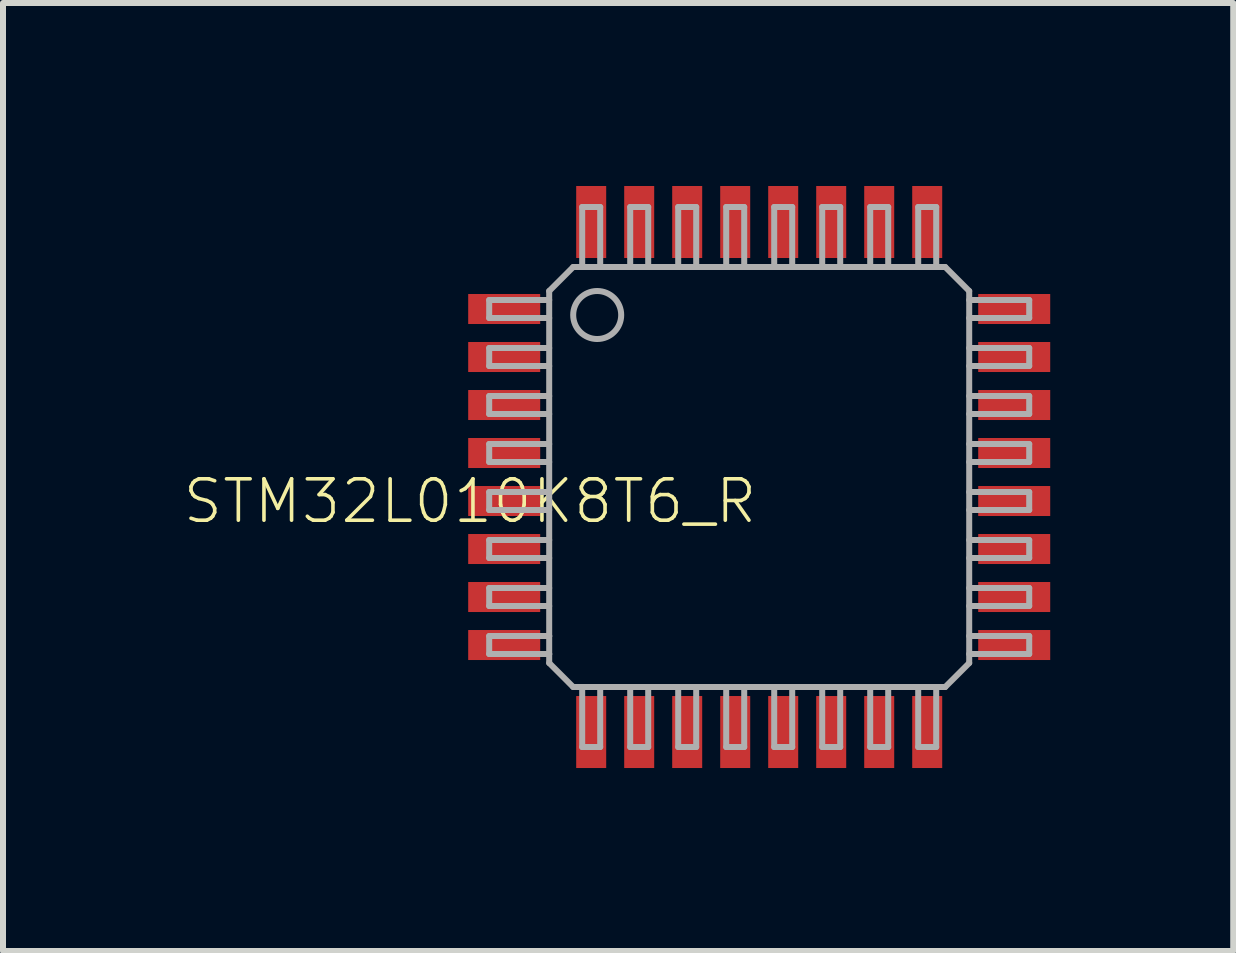
<source format=kicad_pcb>
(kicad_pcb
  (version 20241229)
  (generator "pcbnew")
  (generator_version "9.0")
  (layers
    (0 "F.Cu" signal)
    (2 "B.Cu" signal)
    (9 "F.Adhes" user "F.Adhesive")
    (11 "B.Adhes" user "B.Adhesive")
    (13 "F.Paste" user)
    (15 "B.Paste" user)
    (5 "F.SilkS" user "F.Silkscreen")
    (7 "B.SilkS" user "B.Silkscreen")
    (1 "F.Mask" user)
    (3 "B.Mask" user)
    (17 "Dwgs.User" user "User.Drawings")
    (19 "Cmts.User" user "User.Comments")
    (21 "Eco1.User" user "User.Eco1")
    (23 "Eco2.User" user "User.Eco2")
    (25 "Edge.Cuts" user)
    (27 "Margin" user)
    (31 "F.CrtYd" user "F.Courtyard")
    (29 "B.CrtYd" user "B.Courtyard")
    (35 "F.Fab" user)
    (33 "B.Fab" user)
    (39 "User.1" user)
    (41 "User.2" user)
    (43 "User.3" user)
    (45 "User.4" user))
  (footprint "STM32L010K8T6_R"
    (layer "F.Cu")
    (at 9.603 4.9)
    (property "Reference" "STM32L010K8T6_R" (at 0 0 0) (unlocked yes) (layer "F.SilkS") (effects (font (size 0.69 0.69) (thickness 0.06)) (justify right top)))
    (fp_poly (pts (xy -4.9 -2.5) (xy -3.6 -2.5) (xy -3.6 -3.1) (xy -4.9 -3.1)) (stroke (width 0) (type default)) (fill yes) (layer "F.Mask"))
    (fp_poly (pts (xy -4.9 -1.7) (xy -3.6 -1.7) (xy -3.6 -2.3) (xy -4.9 -2.3)) (stroke (width 0) (type default)) (fill yes) (layer "F.Mask"))
    (fp_poly (pts (xy -4.9 -0.9) (xy -3.6 -0.9) (xy -3.6 -1.5) (xy -4.9 -1.5)) (stroke (width 0) (type default)) (fill yes) (layer "F.Mask"))
    (fp_poly (pts (xy -4.9 -0.1) (xy -3.6 -0.1) (xy -3.6 -0.7) (xy -4.9 -0.7)) (stroke (width 0) (type default)) (fill yes) (layer "F.Mask"))
    (fp_poly (pts (xy -4.9 0.7) (xy -3.6 0.7) (xy -3.6 0.1) (xy -4.9 0.1)) (stroke (width 0) (type default)) (fill yes) (layer "F.Mask"))
    (fp_poly (pts (xy -4.9 1.5) (xy -3.6 1.5) (xy -3.6 0.9) (xy -4.9 0.9)) (stroke (width 0) (type default)) (fill yes) (layer "F.Mask"))
    (fp_poly (pts (xy -4.9 2.3) (xy -3.6 2.3) (xy -3.6 1.7) (xy -4.9 1.7)) (stroke (width 0) (type default)) (fill yes) (layer "F.Mask"))
    (fp_poly (pts (xy -4.9 3.1) (xy -3.6 3.1) (xy -3.6 2.5) (xy -4.9 2.5)) (stroke (width 0) (type default)) (fill yes) (layer "F.Mask"))
    (fp_poly (pts (xy -3.1 -4.9) (xy -3.1 -3.6) (xy -2.5 -3.6) (xy -2.5 -4.9)) (stroke (width 0) (type default)) (fill yes) (layer "F.Mask"))
    (fp_poly (pts (xy -2.5 4.9) (xy -2.5 3.6) (xy -3.1 3.6) (xy -3.1 4.9)) (stroke (width 0) (type default)) (fill yes) (layer "F.Mask"))
    (fp_poly (pts (xy -2.3 -4.9) (xy -2.3 -3.6) (xy -1.7 -3.6) (xy -1.7 -4.9)) (stroke (width 0) (type default)) (fill yes) (layer "F.Mask"))
    (fp_poly (pts (xy -1.7 4.9) (xy -1.7 3.6) (xy -2.3 3.6) (xy -2.3 4.9)) (stroke (width 0) (type default)) (fill yes) (layer "F.Mask"))
    (fp_poly (pts (xy -1.5 -4.9) (xy -1.5 -3.6) (xy -0.9 -3.6) (xy -0.9 -4.9)) (stroke (width 0) (type default)) (fill yes) (layer "F.Mask"))
    (fp_poly (pts (xy -0.9 4.9) (xy -0.9 3.6) (xy -1.5 3.6) (xy -1.5 4.9)) (stroke (width 0) (type default)) (fill yes) (layer "F.Mask"))
    (fp_poly (pts (xy -0.7 -4.9) (xy -0.7 -3.6) (xy -0.1 -3.6) (xy -0.1 -4.9)) (stroke (width 0) (type default)) (fill yes) (layer "F.Mask"))
    (fp_poly (pts (xy -0.1 4.9) (xy -0.1 3.6) (xy -0.7 3.6) (xy -0.7 4.9)) (stroke (width 0) (type default)) (fill yes) (layer "F.Mask"))
    (fp_poly (pts (xy 0.1 -4.9) (xy 0.1 -3.6) (xy 0.7 -3.6) (xy 0.7 -4.9)) (stroke (width 0) (type default)) (fill yes) (layer "F.Mask"))
    (fp_poly (pts (xy 0.7 4.9) (xy 0.7 3.6) (xy 0.1 3.6) (xy 0.1 4.9)) (stroke (width 0) (type default)) (fill yes) (layer "F.Mask"))
    (fp_poly (pts (xy 0.9 -4.9) (xy 0.9 -3.6) (xy 1.5 -3.6) (xy 1.5 -4.9)) (stroke (width 0) (type default)) (fill yes) (layer "F.Mask"))
    (fp_poly (pts (xy 1.5 4.9) (xy 1.5 3.6) (xy 0.9 3.6) (xy 0.9 4.9)) (stroke (width 0) (type default)) (fill yes) (layer "F.Mask"))
    (fp_poly (pts (xy 1.7 -4.9) (xy 1.7 -3.6) (xy 2.3 -3.6) (xy 2.3 -4.9)) (stroke (width 0) (type default)) (fill yes) (layer "F.Mask"))
    (fp_poly (pts (xy 2.3 4.9) (xy 2.3 3.6) (xy 1.7 3.6) (xy 1.7 4.9)) (stroke (width 0) (type default)) (fill yes) (layer "F.Mask"))
    (fp_poly (pts (xy 2.5 -4.9) (xy 2.5 -3.6) (xy 3.1 -3.6) (xy 3.1 -4.9)) (stroke (width 0) (type default)) (fill yes) (layer "F.Mask"))
    (fp_poly (pts (xy 3.1 4.9) (xy 3.1 3.6) (xy 2.5 3.6) (xy 2.5 4.9)) (stroke (width 0) (type default)) (fill yes) (layer "F.Mask"))
    (fp_poly (pts (xy 4.9 -3.1) (xy 3.6 -3.1) (xy 3.6 -2.5) (xy 4.9 -2.5)) (stroke (width 0) (type default)) (fill yes) (layer "F.Mask"))
    (fp_poly (pts (xy 4.9 -2.3) (xy 3.6 -2.3) (xy 3.6 -1.7) (xy 4.9 -1.7)) (stroke (width 0) (type default)) (fill yes) (layer "F.Mask"))
    (fp_poly (pts (xy 4.9 -1.5) (xy 3.6 -1.5) (xy 3.6 -0.9) (xy 4.9 -0.9)) (stroke (width 0) (type default)) (fill yes) (layer "F.Mask"))
    (fp_poly (pts (xy 4.9 -0.7) (xy 3.6 -0.7) (xy 3.6 -0.1) (xy 4.9 -0.1)) (stroke (width 0) (type default)) (fill yes) (layer "F.Mask"))
    (fp_poly (pts (xy 4.9 0.1) (xy 3.6 0.1) (xy 3.6 0.7) (xy 4.9 0.7)) (stroke (width 0) (type default)) (fill yes) (layer "F.Mask"))
    (fp_poly (pts (xy 4.9 0.9) (xy 3.6 0.9) (xy 3.6 1.5) (xy 4.9 1.5)) (stroke (width 0) (type default)) (fill yes) (layer "F.Mask"))
    (fp_poly (pts (xy 4.9 1.7) (xy 3.6 1.7) (xy 3.6 2.3) (xy 4.9 2.3)) (stroke (width 0) (type default)) (fill yes) (layer "F.Mask"))
    (fp_poly (pts (xy 4.9 2.5) (xy 3.6 2.5) (xy 3.6 3.1) (xy 4.9 3.1)) (stroke (width 0) (type default)) (fill yes) (layer "F.Mask"))
    (fp_poly (pts (xy -3.65 -2.55) (xy -4.85 -2.55) (xy -4.85 -3.05) (xy -3.65 -3.05)) (stroke (width 0) (type default)) (fill yes) (layer "F.Paste"))
    (fp_poly (pts (xy -3.65 -1.75) (xy -4.85 -1.75) (xy -4.85 -2.25) (xy -3.65 -2.25)) (stroke (width 0) (type default)) (fill yes) (layer "F.Paste"))
    (fp_poly (pts (xy -3.65 -0.95) (xy -4.85 -0.95) (xy -4.85 -1.45) (xy -3.65 -1.45)) (stroke (width 0) (type default)) (fill yes) (layer "F.Paste"))
    (fp_poly (pts (xy -3.65 -0.15) (xy -4.85 -0.15) (xy -4.85 -0.65) (xy -3.65 -0.65)) (stroke (width 0) (type default)) (fill yes) (layer "F.Paste"))
    (fp_poly (pts (xy -3.65 0.65) (xy -4.85 0.65) (xy -4.85 0.15) (xy -3.65 0.15)) (stroke (width 0) (type default)) (fill yes) (layer "F.Paste"))
    (fp_poly (pts (xy -3.65 1.45) (xy -4.85 1.45) (xy -4.85 0.95) (xy -3.65 0.95)) (stroke (width 0) (type default)) (fill yes) (layer "F.Paste"))
    (fp_poly (pts (xy -3.65 2.25) (xy -4.85 2.25) (xy -4.85 1.75) (xy -3.65 1.75)) (stroke (width 0) (type default)) (fill yes) (layer "F.Paste"))
    (fp_poly (pts (xy -3.65 3.05) (xy -4.85 3.05) (xy -4.85 2.55) (xy -3.65 2.55)) (stroke (width 0) (type default)) (fill yes) (layer "F.Paste"))
    (fp_poly (pts (xy -2.55 -3.65) (xy -3.05 -3.65) (xy -3.05 -4.85) (xy -2.55 -4.85)) (stroke (width 0) (type default)) (fill yes) (layer "F.Paste"))
    (fp_poly (pts (xy -2.55 4.85) (xy -3.05 4.85) (xy -3.05 3.65) (xy -2.55 3.65)) (stroke (width 0) (type default)) (fill yes) (layer "F.Paste"))
    (fp_poly (pts (xy -1.75 -3.65) (xy -2.25 -3.65) (xy -2.25 -4.85) (xy -1.75 -4.85)) (stroke (width 0) (type default)) (fill yes) (layer "F.Paste"))
    (fp_poly (pts (xy -1.75 4.85) (xy -2.25 4.85) (xy -2.25 3.65) (xy -1.75 3.65)) (stroke (width 0) (type default)) (fill yes) (layer "F.Paste"))
    (fp_poly (pts (xy -0.95 -3.65) (xy -1.45 -3.65) (xy -1.45 -4.85) (xy -0.95 -4.85)) (stroke (width 0) (type default)) (fill yes) (layer "F.Paste"))
    (fp_poly (pts (xy -0.95 4.85) (xy -1.45 4.85) (xy -1.45 3.65) (xy -0.95 3.65)) (stroke (width 0) (type default)) (fill yes) (layer "F.Paste"))
    (fp_poly (pts (xy -0.15 -3.65) (xy -0.65 -3.65) (xy -0.65 -4.85) (xy -0.15 -4.85)) (stroke (width 0) (type default)) (fill yes) (layer "F.Paste"))
    (fp_poly (pts (xy -0.15 4.85) (xy -0.65 4.85) (xy -0.65 3.65) (xy -0.15 3.65)) (stroke (width 0) (type default)) (fill yes) (layer "F.Paste"))
    (fp_poly (pts (xy 0.65 -3.65) (xy 0.15 -3.65) (xy 0.15 -4.85) (xy 0.65 -4.85)) (stroke (width 0) (type default)) (fill yes) (layer "F.Paste"))
    (fp_poly (pts (xy 0.65 4.85) (xy 0.15 4.85) (xy 0.15 3.65) (xy 0.65 3.65)) (stroke (width 0) (type default)) (fill yes) (layer "F.Paste"))
    (fp_poly (pts (xy 1.45 -3.65) (xy 0.95 -3.65) (xy 0.95 -4.85) (xy 1.45 -4.85)) (stroke (width 0) (type default)) (fill yes) (layer "F.Paste"))
    (fp_poly (pts (xy 1.45 4.85) (xy 0.95 4.85) (xy 0.95 3.65) (xy 1.45 3.65)) (stroke (width 0) (type default)) (fill yes) (layer "F.Paste"))
    (fp_poly (pts (xy 2.25 -3.65) (xy 1.75 -3.65) (xy 1.75 -4.85) (xy 2.25 -4.85)) (stroke (width 0) (type default)) (fill yes) (layer "F.Paste"))
    (fp_poly (pts (xy 2.25 4.85) (xy 1.75 4.85) (xy 1.75 3.65) (xy 2.25 3.65)) (stroke (width 0) (type default)) (fill yes) (layer "F.Paste"))
    (fp_poly (pts (xy 3.05 -3.65) (xy 2.55 -3.65) (xy 2.55 -4.85) (xy 3.05 -4.85)) (stroke (width 0) (type default)) (fill yes) (layer "F.Paste"))
    (fp_poly (pts (xy 3.05 4.85) (xy 2.55 4.85) (xy 2.55 3.65) (xy 3.05 3.65)) (stroke (width 0) (type default)) (fill yes) (layer "F.Paste"))
    (fp_poly (pts (xy 4.85 -2.55) (xy 3.65 -2.55) (xy 3.65 -3.05) (xy 4.85 -3.05)) (stroke (width 0) (type default)) (fill yes) (layer "F.Paste"))
    (fp_poly (pts (xy 4.85 -1.75) (xy 3.65 -1.75) (xy 3.65 -2.25) (xy 4.85 -2.25)) (stroke (width 0) (type default)) (fill yes) (layer "F.Paste"))
    (fp_poly (pts (xy 4.85 -0.95) (xy 3.65 -0.95) (xy 3.65 -1.45) (xy 4.85 -1.45)) (stroke (width 0) (type default)) (fill yes) (layer "F.Paste"))
    (fp_poly (pts (xy 4.85 -0.15) (xy 3.65 -0.15) (xy 3.65 -0.65) (xy 4.85 -0.65)) (stroke (width 0) (type default)) (fill yes) (layer "F.Paste"))
    (fp_poly (pts (xy 4.85 0.65) (xy 3.65 0.65) (xy 3.65 0.15) (xy 4.85 0.15)) (stroke (width 0) (type default)) (fill yes) (layer "F.Paste"))
    (fp_poly (pts (xy 4.85 1.45) (xy 3.65 1.45) (xy 3.65 0.95) (xy 4.85 0.95)) (stroke (width 0) (type default)) (fill yes) (layer "F.Paste"))
    (fp_poly (pts (xy 4.85 2.25) (xy 3.65 2.25) (xy 3.65 1.75) (xy 4.85 1.75)) (stroke (width 0) (type default)) (fill yes) (layer "F.Paste"))
    (fp_poly (pts (xy 4.85 3.05) (xy 3.65 3.05) (xy 3.65 2.55) (xy 4.85 2.55)) (stroke (width 0) (type default)) (fill yes) (layer "F.Paste"))
    (fp_line (start -4.5 -2.95) (end -3.5 -2.95) (stroke (width 0.1) (type solid)) (layer "F.Fab"))
    (fp_line (start -4.5 -2.65) (end -4.5 -2.95) (stroke (width 0.1) (type solid)) (layer "F.Fab"))
    (fp_line (start -4.5 -2.15) (end -3.5 -2.15) (stroke (width 0.1) (type solid)) (layer "F.Fab"))
    (fp_line (start -4.5 -1.85) (end -4.5 -2.15) (stroke (width 0.1) (type solid)) (layer "F.Fab"))
    (fp_line (start -4.5 -1.35) (end -3.5 -1.35) (stroke (width 0.1) (type solid)) (layer "F.Fab"))
    (fp_line (start -4.5 -1.05) (end -4.5 -1.35) (stroke (width 0.1) (type solid)) (layer "F.Fab"))
    (fp_line (start -4.5 -0.55) (end -3.5 -0.55) (stroke (width 0.1) (type solid)) (layer "F.Fab"))
    (fp_line (start -4.5 -0.25) (end -4.5 -0.55) (stroke (width 0.1) (type solid)) (layer "F.Fab"))
    (fp_line (start -4.5 0.25) (end -3.5 0.25) (stroke (width 0.1) (type solid)) (layer "F.Fab"))
    (fp_line (start -4.5 0.55) (end -4.5 0.25) (stroke (width 0.1) (type solid)) (layer "F.Fab"))
    (fp_line (start -4.5 1.05) (end -3.5 1.05) (stroke (width 0.1) (type solid)) (layer "F.Fab"))
    (fp_line (start -4.5 1.35) (end -4.5 1.05) (stroke (width 0.1) (type solid)) (layer "F.Fab"))
    (fp_line (start -4.5 1.85) (end -3.5 1.85) (stroke (width 0.1) (type solid)) (layer "F.Fab"))
    (fp_line (start -4.5 2.15) (end -4.5 1.85) (stroke (width 0.1) (type solid)) (layer "F.Fab"))
    (fp_line (start -4.5 2.65) (end -3.5 2.65) (stroke (width 0.1) (type solid)) (layer "F.Fab"))
    (fp_line (start -4.5 2.95) (end -4.5 2.65) (stroke (width 0.1) (type solid)) (layer "F.Fab"))
    (fp_line (start -3.5 -3.1) (end -3.1 -3.5) (stroke (width 0.1) (type solid)) (layer "F.Fab"))
    (fp_line (start -3.5 -2.65) (end -4.5 -2.65) (stroke (width 0.1) (type solid)) (layer "F.Fab"))
    (fp_line (start -3.5 -1.85) (end -4.5 -1.85) (stroke (width 0.1) (type solid)) (layer "F.Fab"))
    (fp_line (start -3.5 -1.05) (end -4.5 -1.05) (stroke (width 0.1) (type solid)) (layer "F.Fab"))
    (fp_line (start -3.5 -0.25) (end -4.5 -0.25) (stroke (width 0.1) (type solid)) (layer "F.Fab"))
    (fp_line (start -3.5 0.55) (end -4.5 0.55) (stroke (width 0.1) (type solid)) (layer "F.Fab"))
    (fp_line (start -3.5 1.35) (end -4.5 1.35) (stroke (width 0.1) (type solid)) (layer "F.Fab"))
    (fp_line (start -3.5 2.15) (end -4.5 2.15) (stroke (width 0.1) (type solid)) (layer "F.Fab"))
    (fp_line (start -3.5 2.65) (end -3.5 -3.1) (stroke (width 0.1) (type solid)) (layer "F.Fab"))
    (fp_line (start -3.5 2.95) (end -4.5 2.95) (stroke (width 0.1) (type solid)) (layer "F.Fab"))
    (fp_line (start -3.5 2.95) (end -3.5 2.65) (stroke (width 0.1) (type solid)) (layer "F.Fab"))
    (fp_line (start -3.5 3.1) (end -3.5 2.95) (stroke (width 0.1) (type solid)) (layer "F.Fab"))
    (fp_line (start -3.1 -3.5) (end 3.1 -3.5) (stroke (width 0.1) (type solid)) (layer "F.Fab"))
    (fp_line (start -3.1 3.5) (end -3.5 3.1) (stroke (width 0.1) (type solid)) (layer "F.Fab"))
    (fp_line (start -2.95 -4.5) (end -2.65 -4.5) (stroke (width 0.1) (type solid)) (layer "F.Fab"))
    (fp_line (start -2.95 -3.5) (end -2.95 -4.5) (stroke (width 0.1) (type solid)) (layer "F.Fab"))
    (fp_line (start -2.95 4.5) (end -2.95 3.5) (stroke (width 0.1) (type solid)) (layer "F.Fab"))
    (fp_line (start -2.65 -4.5) (end -2.65 -3.5) (stroke (width 0.1) (type solid)) (layer "F.Fab"))
    (fp_line (start -2.65 3.5) (end -2.65 4.5) (stroke (width 0.1) (type solid)) (layer "F.Fab"))
    (fp_line (start -2.65 4.5) (end -2.95 4.5) (stroke (width 0.1) (type solid)) (layer "F.Fab"))
    (fp_line (start -2.15 -4.5) (end -1.85 -4.5) (stroke (width 0.1) (type solid)) (layer "F.Fab"))
    (fp_line (start -2.15 -3.5) (end -2.15 -4.5) (stroke (width 0.1) (type solid)) (layer "F.Fab"))
    (fp_line (start -2.15 4.5) (end -2.15 3.5) (stroke (width 0.1) (type solid)) (layer "F.Fab"))
    (fp_line (start -1.85 -4.5) (end -1.85 -3.5) (stroke (width 0.1) (type solid)) (layer "F.Fab"))
    (fp_line (start -1.85 3.5) (end -1.85 4.5) (stroke (width 0.1) (type solid)) (layer "F.Fab"))
    (fp_line (start -1.85 4.5) (end -2.15 4.5) (stroke (width 0.1) (type solid)) (layer "F.Fab"))
    (fp_line (start -1.35 -4.5) (end -1.05 -4.5) (stroke (width 0.1) (type solid)) (layer "F.Fab"))
    (fp_line (start -1.35 -3.5) (end -1.35 -4.5) (stroke (width 0.1) (type solid)) (layer "F.Fab"))
    (fp_line (start -1.35 4.5) (end -1.35 3.5) (stroke (width 0.1) (type solid)) (layer "F.Fab"))
    (fp_line (start -1.05 -4.5) (end -1.05 -3.5) (stroke (width 0.1) (type solid)) (layer "F.Fab"))
    (fp_line (start -1.05 3.5) (end -1.05 4.5) (stroke (width 0.1) (type solid)) (layer "F.Fab"))
    (fp_line (start -1.05 4.5) (end -1.35 4.5) (stroke (width 0.1) (type solid)) (layer "F.Fab"))
    (fp_line (start -0.55 -4.5) (end -0.25 -4.5) (stroke (width 0.1) (type solid)) (layer "F.Fab"))
    (fp_line (start -0.55 -3.5) (end -0.55 -4.5) (stroke (width 0.1) (type solid)) (layer "F.Fab"))
    (fp_line (start -0.55 4.5) (end -0.55 3.5) (stroke (width 0.1) (type solid)) (layer "F.Fab"))
    (fp_line (start -0.25 -4.5) (end -0.25 -3.5) (stroke (width 0.1) (type solid)) (layer "F.Fab"))
    (fp_line (start -0.25 3.5) (end -0.25 4.5) (stroke (width 0.1) (type solid)) (layer "F.Fab"))
    (fp_line (start -0.25 4.5) (end -0.55 4.5) (stroke (width 0.1) (type solid)) (layer "F.Fab"))
    (fp_line (start 0.25 -4.5) (end 0.55 -4.5) (stroke (width 0.1) (type solid)) (layer "F.Fab"))
    (fp_line (start 0.25 -3.5) (end 0.25 -4.5) (stroke (width 0.1) (type solid)) (layer "F.Fab"))
    (fp_line (start 0.25 4.5) (end 0.25 3.5) (stroke (width 0.1) (type solid)) (layer "F.Fab"))
    (fp_line (start 0.55 -4.5) (end 0.55 -3.5) (stroke (width 0.1) (type solid)) (layer "F.Fab"))
    (fp_line (start 0.55 3.5) (end 0.55 4.5) (stroke (width 0.1) (type solid)) (layer "F.Fab"))
    (fp_line (start 0.55 4.5) (end 0.25 4.5) (stroke (width 0.1) (type solid)) (layer "F.Fab"))
    (fp_line (start 1.05 -4.5) (end 1.35 -4.5) (stroke (width 0.1) (type solid)) (layer "F.Fab"))
    (fp_line (start 1.05 -3.5) (end 1.05 -4.5) (stroke (width 0.1) (type solid)) (layer "F.Fab"))
    (fp_line (start 1.05 4.5) (end 1.05 3.5) (stroke (width 0.1) (type solid)) (layer "F.Fab"))
    (fp_line (start 1.35 -4.5) (end 1.35 -3.5) (stroke (width 0.1) (type solid)) (layer "F.Fab"))
    (fp_line (start 1.35 3.5) (end 1.35 4.5) (stroke (width 0.1) (type solid)) (layer "F.Fab"))
    (fp_line (start 1.35 4.5) (end 1.05 4.5) (stroke (width 0.1) (type solid)) (layer "F.Fab"))
    (fp_line (start 1.85 -4.5) (end 2.15 -4.5) (stroke (width 0.1) (type solid)) (layer "F.Fab"))
    (fp_line (start 1.85 -3.5) (end 1.85 -4.5) (stroke (width 0.1) (type solid)) (layer "F.Fab"))
    (fp_line (start 1.85 4.5) (end 1.85 3.5) (stroke (width 0.1) (type solid)) (layer "F.Fab"))
    (fp_line (start 2.15 -4.5) (end 2.15 -3.5) (stroke (width 0.1) (type solid)) (layer "F.Fab"))
    (fp_line (start 2.15 3.5) (end 2.15 4.5) (stroke (width 0.1) (type solid)) (layer "F.Fab"))
    (fp_line (start 2.15 4.5) (end 1.85 4.5) (stroke (width 0.1) (type solid)) (layer "F.Fab"))
    (fp_line (start 2.65 -4.5) (end 2.95 -4.5) (stroke (width 0.1) (type solid)) (layer "F.Fab"))
    (fp_line (start 2.65 -3.5) (end 2.65 -4.5) (stroke (width 0.1) (type solid)) (layer "F.Fab"))
    (fp_line (start 2.65 4.5) (end 2.65 3.5) (stroke (width 0.1) (type solid)) (layer "F.Fab"))
    (fp_line (start 2.95 -4.5) (end 2.95 -3.5) (stroke (width 0.1) (type solid)) (layer "F.Fab"))
    (fp_line (start 2.95 3.5) (end 2.95 4.5) (stroke (width 0.1) (type solid)) (layer "F.Fab"))
    (fp_line (start 2.95 4.5) (end 2.65 4.5) (stroke (width 0.1) (type solid)) (layer "F.Fab"))
    (fp_line (start 3.1 3.5) (end -3.1 3.5) (stroke (width 0.1) (type solid)) (layer "F.Fab"))
    (fp_line (start 3.5 -3.1) (end 3.1 -3.5) (stroke (width 0.1) (type solid)) (layer "F.Fab"))
    (fp_line (start 3.5 -3.1) (end 3.5 3.1) (stroke (width 0.1) (type solid)) (layer "F.Fab"))
    (fp_line (start 3.5 -2.95) (end 4.5 -2.95) (stroke (width 0.1) (type solid)) (layer "F.Fab"))
    (fp_line (start 3.5 -2.15) (end 4.5 -2.15) (stroke (width 0.1) (type solid)) (layer "F.Fab"))
    (fp_line (start 3.5 -1.35) (end 4.5 -1.35) (stroke (width 0.1) (type solid)) (layer "F.Fab"))
    (fp_line (start 3.5 -0.55) (end 4.5 -0.55) (stroke (width 0.1) (type solid)) (layer "F.Fab"))
    (fp_line (start 3.5 0.25) (end 4.5 0.25) (stroke (width 0.1) (type solid)) (layer "F.Fab"))
    (fp_line (start 3.5 1.05) (end 4.5 1.05) (stroke (width 0.1) (type solid)) (layer "F.Fab"))
    (fp_line (start 3.5 1.85) (end 4.5 1.85) (stroke (width 0.1) (type solid)) (layer "F.Fab"))
    (fp_line (start 3.5 2.65) (end 4.5 2.65) (stroke (width 0.1) (type solid)) (layer "F.Fab"))
    (fp_line (start 3.5 3.1) (end 3.1 3.5) (stroke (width 0.1) (type solid)) (layer "F.Fab"))
    (fp_line (start 4.5 -2.95) (end 4.5 -2.65) (stroke (width 0.1) (type solid)) (layer "F.Fab"))
    (fp_line (start 4.5 -2.65) (end 3.5 -2.65) (stroke (width 0.1) (type solid)) (layer "F.Fab"))
    (fp_line (start 4.5 -2.15) (end 4.5 -1.85) (stroke (width 0.1) (type solid)) (layer "F.Fab"))
    (fp_line (start 4.5 -1.85) (end 3.5 -1.85) (stroke (width 0.1) (type solid)) (layer "F.Fab"))
    (fp_line (start 4.5 -1.35) (end 4.5 -1.05) (stroke (width 0.1) (type solid)) (layer "F.Fab"))
    (fp_line (start 4.5 -1.05) (end 3.5 -1.05) (stroke (width 0.1) (type solid)) (layer "F.Fab"))
    (fp_line (start 4.5 -0.55) (end 4.5 -0.25) (stroke (width 0.1) (type solid)) (layer "F.Fab"))
    (fp_line (start 4.5 -0.25) (end 3.5 -0.25) (stroke (width 0.1) (type solid)) (layer "F.Fab"))
    (fp_line (start 4.5 0.25) (end 4.5 0.55) (stroke (width 0.1) (type solid)) (layer "F.Fab"))
    (fp_line (start 4.5 0.55) (end 3.5 0.55) (stroke (width 0.1) (type solid)) (layer "F.Fab"))
    (fp_line (start 4.5 1.05) (end 4.5 1.35) (stroke (width 0.1) (type solid)) (layer "F.Fab"))
    (fp_line (start 4.5 1.35) (end 3.5 1.35) (stroke (width 0.1) (type solid)) (layer "F.Fab"))
    (fp_line (start 4.5 1.85) (end 4.5 2.15) (stroke (width 0.1) (type solid)) (layer "F.Fab"))
    (fp_line (start 4.5 2.15) (end 3.5 2.15) (stroke (width 0.1) (type solid)) (layer "F.Fab"))
    (fp_line (start 4.5 2.65) (end 4.5 2.95) (stroke (width 0.1) (type solid)) (layer "F.Fab"))
    (fp_line (start 4.5 2.95) (end 3.5 2.95) (stroke (width 0.1) (type solid)) (layer "F.Fab"))
    (fp_circle (center -2.7 -2.7) (end -2.3 -2.7) (stroke (width 0.1) (type solid)) (fill no) (layer "F.Fab"))
    (pad "1" smd rect (at -4.25 -2.8) (size 1.2 0.5) (layers "F.Cu"))
    (pad "2" smd rect (at -4.25 -2) (size 1.2 0.5) (layers "F.Cu"))
    (pad "3" smd rect (at -4.25 -1.2) (size 1.2 0.5) (layers "F.Cu"))
    (pad "4" smd rect (at -4.25 -0.4) (size 1.2 0.5) (layers "F.Cu"))
    (pad "5" smd rect (at -4.25 0.4) (size 1.2 0.5) (layers "F.Cu"))
    (pad "6" smd rect (at -4.25 1.2) (size 1.2 0.5) (layers "F.Cu"))
    (pad "7" smd rect (at -4.25 2) (size 1.2 0.5) (layers "F.Cu"))
    (pad "8" smd rect (at -4.25 2.8) (size 1.2 0.5) (layers "F.Cu"))
    (pad "9" smd rect (at -2.8 4.25 90) (size 1.2 0.5) (layers "F.Cu"))
    (pad "10" smd rect (at -2 4.25 90) (size 1.2 0.5) (layers "F.Cu"))
    (pad "11" smd rect (at -1.2 4.25 90) (size 1.2 0.5) (layers "F.Cu"))
    (pad "12" smd rect (at -0.4 4.25 90) (size 1.2 0.5) (layers "F.Cu"))
    (pad "13" smd rect (at 0.4 4.25 90) (size 1.2 0.5) (layers "F.Cu"))
    (pad "14" smd rect (at 1.2 4.25 90) (size 1.2 0.5) (layers "F.Cu"))
    (pad "15" smd rect (at 2 4.25 90) (size 1.2 0.5) (layers "F.Cu"))
    (pad "16" smd rect (at 2.8 4.25 90) (size 1.2 0.5) (layers "F.Cu"))
    (pad "17" smd rect (at 4.25 2.8 180) (size 1.2 0.5) (layers "F.Cu"))
    (pad "18" smd rect (at 4.25 2 180) (size 1.2 0.5) (layers "F.Cu"))
    (pad "19" smd rect (at 4.25 1.2 180) (size 1.2 0.5) (layers "F.Cu"))
    (pad "20" smd rect (at 4.25 0.4 180) (size 1.2 0.5) (layers "F.Cu"))
    (pad "21" smd rect (at 4.25 -0.4 180) (size 1.2 0.5) (layers "F.Cu"))
    (pad "22" smd rect (at 4.25 -1.2 180) (size 1.2 0.5) (layers "F.Cu"))
    (pad "23" smd rect (at 4.25 -2 180) (size 1.2 0.5) (layers "F.Cu"))
    (pad "24" smd rect (at 4.25 -2.8 180) (size 1.2 0.5) (layers "F.Cu"))
    (pad "25" smd rect (at 2.8 -4.25 270) (size 1.2 0.5) (layers "F.Cu"))
    (pad "26" smd rect (at 2 -4.25 270) (size 1.2 0.5) (layers "F.Cu"))
    (pad "27" smd rect (at 1.2 -4.25 270) (size 1.2 0.5) (layers "F.Cu"))
    (pad "28" smd rect (at 0.4 -4.25 270) (size 1.2 0.5) (layers "F.Cu"))
    (pad "29" smd rect (at -0.4 -4.25 270) (size 1.2 0.5) (layers "F.Cu"))
    (pad "30" smd rect (at -1.2 -4.25 270) (size 1.2 0.5) (layers "F.Cu"))
    (pad "31" smd rect (at -2 -4.25 270) (size 1.2 0.5) (layers "F.Cu"))
    (pad "32" smd rect (at -2.8 -4.25 270) (size 1.2 0.5) (layers "F.Cu")))
  (gr_rect
    (start -3 -3)
    (end 17.503 12.8)
    (stroke (width 0.1) (type default))
    (fill no)
    (layer "Edge.Cuts")))
</source>
